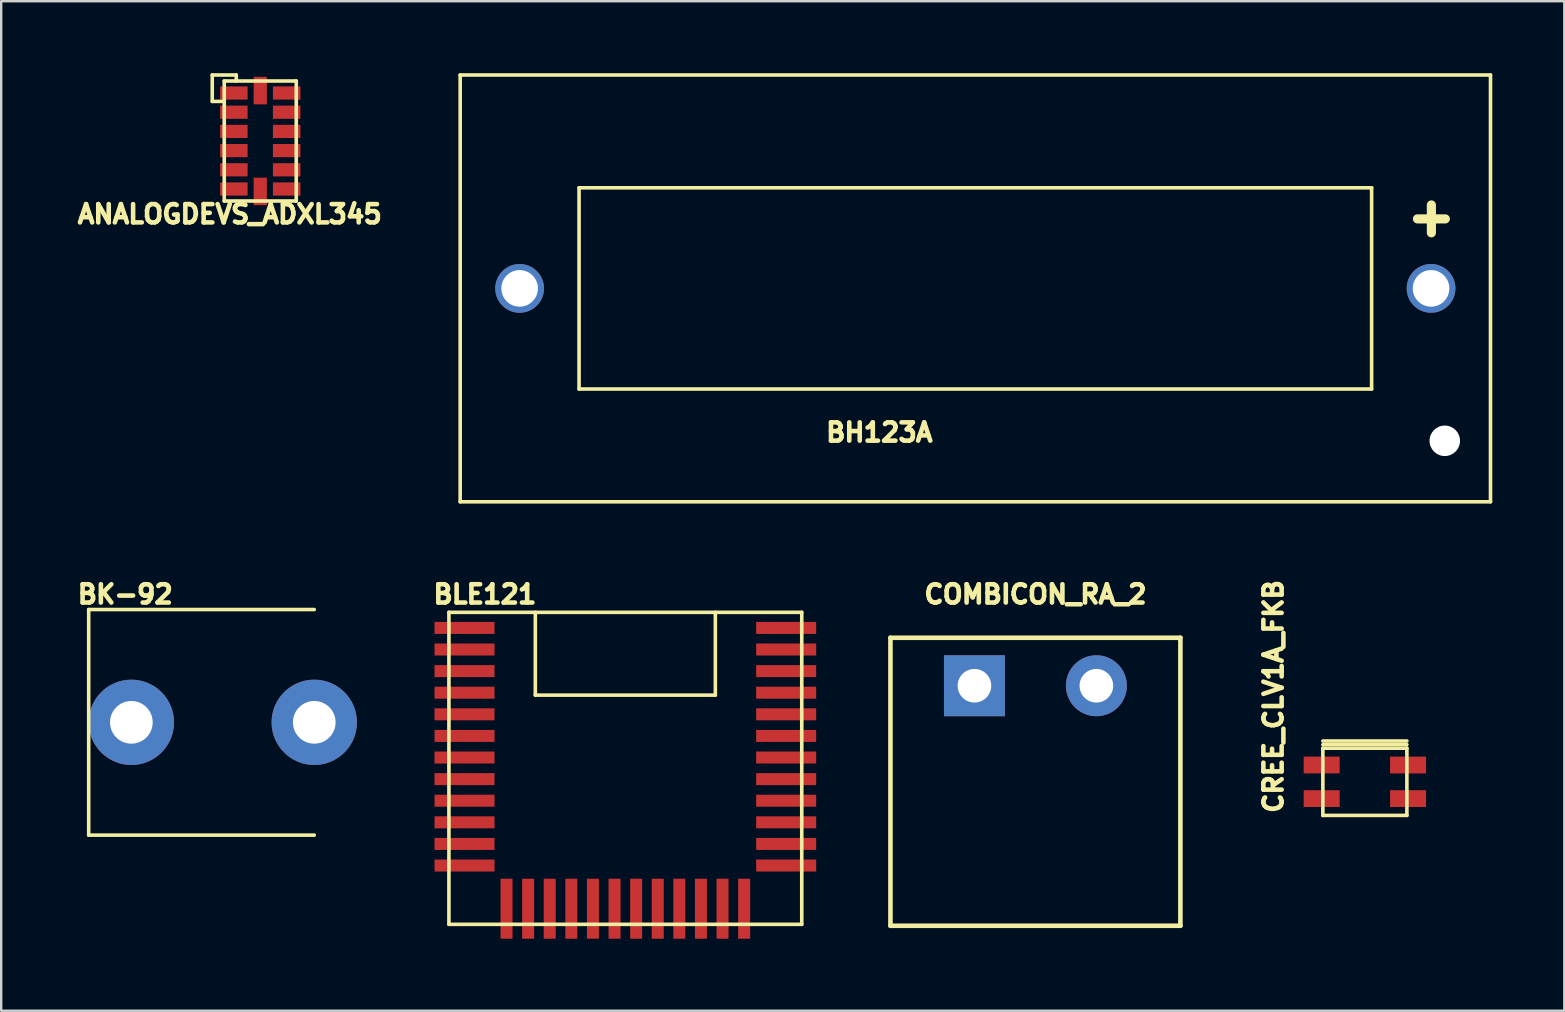
<source format=kicad_pcb>
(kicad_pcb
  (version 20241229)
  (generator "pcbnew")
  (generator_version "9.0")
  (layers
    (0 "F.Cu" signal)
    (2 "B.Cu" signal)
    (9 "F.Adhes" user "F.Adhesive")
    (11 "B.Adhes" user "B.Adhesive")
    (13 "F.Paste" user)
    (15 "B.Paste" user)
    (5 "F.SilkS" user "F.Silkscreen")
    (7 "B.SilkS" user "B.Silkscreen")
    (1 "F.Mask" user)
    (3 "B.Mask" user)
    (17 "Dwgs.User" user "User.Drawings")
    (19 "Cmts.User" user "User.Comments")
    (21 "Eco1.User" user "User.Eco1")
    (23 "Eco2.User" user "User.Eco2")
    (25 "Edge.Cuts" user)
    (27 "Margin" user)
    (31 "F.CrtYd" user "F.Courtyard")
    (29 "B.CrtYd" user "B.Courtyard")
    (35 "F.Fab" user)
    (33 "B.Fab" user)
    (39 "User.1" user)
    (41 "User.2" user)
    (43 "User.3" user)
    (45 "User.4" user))
  (footprint "BH123A"
    (layer "F.Cu")
    (at 37.585 8.965)
    (property "Reference" "BH123A" (at -4 6 0) (layer "F.SilkS") (effects (font (size 0.762 0.762) (thickness 0.191))))
    (attr through_hole)
    (fp_line (start -21.463 -8.89) (end -21.463 8.89) (stroke (width 0.15) (type solid)) (layer "F.SilkS"))
    (fp_line (start -16.51 -4.191) (end -16.51 4.191) (stroke (width 0.15) (type solid)) (layer "F.SilkS"))
    (fp_line (start 16.51 -4.191) (end -16.51 -4.191) (stroke (width 0.15) (type solid)) (layer "F.SilkS"))
    (fp_line (start 16.51 4.191) (end -16.51 4.191) (stroke (width 0.15) (type solid)) (layer "F.SilkS"))
    (fp_line (start 16.51 4.191) (end 16.51 -4.191) (stroke (width 0.15) (type solid)) (layer "F.SilkS"))
    (fp_line (start 21.463 -8.89) (end -21.463 -8.89) (stroke (width 0.15) (type solid)) (layer "F.SilkS"))
    (fp_line (start 21.463 8.89) (end -21.463 8.89) (stroke (width 0.15) (type solid)) (layer "F.SilkS"))
    (fp_line (start 21.463 8.89) (end 21.463 -8.89) (stroke (width 0.15) (type solid)) (layer "F.SilkS"))
    (fp_text user "+" (at 19 -3 0) (layer "F.SilkS") (effects (font (size 1.524 1.524) (thickness 0.381))))
    (pad "" np_thru_hole circle (at 19.558 6.35) (size 1.27 1.27) (drill 1.27) (layers "*.Cu" "*.Mask"))
    (pad "1" thru_hole circle (at -18.986 0) (size 2.032 2.032) (drill 1.524) (layers "*.Cu" "*.Mask"))
    (pad "2" thru_hole circle (at 18.986 0) (size 2.032 2.032) (drill 1.524) (layers "*.Cu" "*.Mask")))
  (footprint "COMBICON_RA_2"
    (layer "F.Cu")
    (at 40.088 25.52)
    (property "Reference" "COMBICON_RA_2" (at 0 -3.81 0) (layer "F.SilkS") (effects (font (size 0.762 0.762) (thickness 0.191))))
    (attr through_hole)
    (fp_line (start -6.04 -2) (end 6.04 -2) (stroke (width 0.191) (type solid)) (layer "F.SilkS"))
    (fp_line (start -6.04 10) (end -6.04 -2) (stroke (width 0.191) (type solid)) (layer "F.SilkS"))
    (fp_line (start 6.04 -2) (end 6.04 10) (stroke (width 0.191) (type solid)) (layer "F.SilkS"))
    (fp_line (start 6.04 10) (end -6.04 10) (stroke (width 0.191) (type solid)) (layer "F.SilkS"))
    (pad "1" thru_hole rect (at -2.54 0) (size 2.54 2.54) (drill 1.4) (layers "*.Cu" "*.Mask"))
    (pad "2" thru_hole circle (at 2.54 0) (size 2.54 2.54) (drill 1.4) (layers "*.Cu" "*.Mask")))
  (footprint "BK-92"
    (layer "F.Cu")
    (at 6.233 27.044)
    (property "Reference" "BK-92" (at -4.064 -5.334 0) (layer "F.SilkS") (effects (font (size 0.762 0.762) (thickness 0.191))))
    (attr through_hole)
    (fp_line (start -5.588 -4.699) (end -5.588 4.699) (stroke (width 0.15) (type solid)) (layer "F.SilkS"))
    (fp_line (start 3.81 -4.699) (end -5.588 -4.699) (stroke (width 0.15) (type solid)) (layer "F.SilkS"))
    (fp_line (start 3.81 4.699) (end -5.588 4.699) (stroke (width 0.15) (type solid)) (layer "F.SilkS"))
    (pad "1" thru_hole circle (at -3.81 0) (size 3.556 3.556) (drill 1.778) (layers "*.Cu" "*.Mask"))
    (pad "1" thru_hole circle (at 3.81 0) (size 3.556 3.556) (drill 1.778) (layers "*.Cu" "*.Mask")))
  (footprint "CREE_CLV1A_FKB"
    (layer "F.Cu")
    (at 53.814 29.522)
    (property "Reference" "CREE_CLV1A_FKB" (at -3.81 -3.556 90) (layer "F.SilkS") (effects (font (size 0.762 0.762) (thickness 0.191))))
    (attr through_hole)
    (fp_line (start -1.75 -1.7) (end 1.75 -1.7) (stroke (width 0.15) (type solid)) (layer "F.SilkS"))
    (fp_line (start -1.75 -1.55) (end 1.75 -1.55) (stroke (width 0.15) (type solid)) (layer "F.SilkS"))
    (fp_line (start -1.75 -1.4) (end -1.75 1.4) (stroke (width 0.15) (type solid)) (layer "F.SilkS"))
    (fp_line (start -1.75 1.4) (end 1.75 1.4) (stroke (width 0.15) (type solid)) (layer "F.SilkS"))
    (fp_line (start 1.75 -1.4) (end -1.75 -1.4) (stroke (width 0.15) (type solid)) (layer "F.SilkS"))
    (fp_line (start 1.75 1.4) (end 1.75 -1.4) (stroke (width 0.15) (type solid)) (layer "F.SilkS"))
    (pad "1" smd rect (at -1.8 -0.7) (size 1.5 0.7) (layers "F.Cu" "F.Mask"))
    (pad "2" smd rect (at -1.8 0.7) (size 1.5 0.7) (layers "F.Cu" "F.Mask"))
    (pad "3" smd rect (at 1.8 0.7) (size 1.5 0.7) (layers "F.Cu" "F.Mask"))
    (pad "4" smd rect (at 1.8 -0.7) (size 1.5 0.7) (layers "F.Cu" "F.Mask")))
  (footprint "BLE121"
    (layer "F.Cu")
    (at 23.003 28.96)
    (property "Reference" "BLE121" (at -5.85 -7.25 0) (layer "F.SilkS") (effects (font (size 0.762 0.762) (thickness 0.191))))
    (attr through_hole)
    (fp_line (start -7.35 -6.5) (end -7.35 6.5) (stroke (width 0.15) (type solid)) (layer "F.SilkS"))
    (fp_line (start -7.35 -6.5) (end 7.35 -6.5) (stroke (width 0.15) (type solid)) (layer "F.SilkS"))
    (fp_line (start -7.35 6.5) (end 7.35 6.5) (stroke (width 0.15) (type solid)) (layer "F.SilkS"))
    (fp_line (start -3.75 -6.5) (end -3.75 -3.05) (stroke (width 0.15) (type solid)) (layer "F.SilkS"))
    (fp_line (start -3.75 -3.05) (end 3.75 -3.05) (stroke (width 0.15) (type solid)) (layer "F.SilkS"))
    (fp_line (start 3.75 -6.5) (end 3.75 -3.05) (stroke (width 0.15) (type solid)) (layer "F.SilkS"))
    (fp_line (start 7.35 -6.5) (end 7.35 6.5) (stroke (width 0.15) (type solid)) (layer "F.SilkS"))
    (pad "1" smd rect (at -6.7 -5.85) (size 2.5 0.5) (layers "F.Cu" "F.Mask" "F.Paste"))
    (pad "2" smd rect (at -6.7 -4.95) (size 2.5 0.5) (layers "F.Cu" "F.Mask" "F.Paste"))
    (pad "3" smd rect (at -6.7 -4.05) (size 2.5 0.5) (layers "F.Cu" "F.Mask" "F.Paste"))
    (pad "4" smd rect (at -6.7 -3.15) (size 2.5 0.5) (layers "F.Cu" "F.Mask" "F.Paste"))
    (pad "5" smd rect (at -6.7 -2.25) (size 2.5 0.5) (layers "F.Cu" "F.Mask" "F.Paste"))
    (pad "6" smd rect (at -6.7 -1.35) (size 2.5 0.5) (layers "F.Cu" "F.Mask" "F.Paste"))
    (pad "7" smd rect (at -6.7 -0.45) (size 2.5 0.5) (layers "F.Cu" "F.Mask" "F.Paste"))
    (pad "8" smd rect (at -6.7 0.45) (size 2.5 0.5) (layers "F.Cu" "F.Mask" "F.Paste"))
    (pad "9" smd rect (at -6.7 1.35) (size 2.5 0.5) (layers "F.Cu" "F.Mask" "F.Paste"))
    (pad "10" smd rect (at -6.7 2.25) (size 2.5 0.5) (layers "F.Cu" "F.Mask" "F.Paste"))
    (pad "11" smd rect (at -6.7 3.15) (size 2.5 0.5) (layers "F.Cu" "F.Mask" "F.Paste"))
    (pad "12" smd rect (at -6.7 4.05) (size 2.5 0.5) (layers "F.Cu" "F.Mask" "F.Paste"))
    (pad "13" smd rect (at -4.95 5.85) (size 0.5 2.5) (layers "F.Cu" "F.Mask" "F.Paste"))
    (pad "14" smd rect (at -4.05 5.85) (size 0.5 2.5) (layers "F.Cu" "F.Mask" "F.Paste"))
    (pad "15" smd rect (at -3.15 5.85) (size 0.5 2.5) (layers "F.Cu" "F.Mask" "F.Paste"))
    (pad "16" smd rect (at -2.25 5.85) (size 0.5 2.5) (layers "F.Cu" "F.Mask" "F.Paste"))
    (pad "17" smd rect (at -1.35 5.85) (size 0.5 2.5) (layers "F.Cu" "F.Mask" "F.Paste"))
    (pad "18" smd rect (at -0.45 5.85) (size 0.5 2.5) (layers "F.Cu" "F.Mask" "F.Paste"))
    (pad "19" smd rect (at 0.45 5.85) (size 0.5 2.5) (layers "F.Cu" "F.Mask" "F.Paste"))
    (pad "20" smd rect (at 1.35 5.85) (size 0.5 2.5) (layers "F.Cu" "F.Mask" "F.Paste"))
    (pad "21" smd rect (at 2.25 5.85) (size 0.5 2.5) (layers "F.Cu" "F.Mask" "F.Paste"))
    (pad "22" smd rect (at 3.15 5.85) (size 0.5 2.5) (layers "F.Cu" "F.Mask" "F.Paste"))
    (pad "23" smd rect (at 4.05 5.85) (size 0.5 2.5) (layers "F.Cu" "F.Mask" "F.Paste"))
    (pad "24" smd rect (at 4.95 5.85) (size 0.5 2.5) (layers "F.Cu" "F.Mask" "F.Paste"))
    (pad "25" smd rect (at 6.7 4.05) (size 2.5 0.5) (layers "F.Cu" "F.Mask" "F.Paste"))
    (pad "26" smd rect (at 6.7 3.15) (size 2.5 0.5) (layers "F.Cu" "F.Mask" "F.Paste"))
    (pad "27" smd rect (at 6.7 2.25) (size 2.5 0.5) (layers "F.Cu" "F.Mask" "F.Paste"))
    (pad "28" smd rect (at 6.7 1.35) (size 2.5 0.5) (layers "F.Cu" "F.Mask" "F.Paste"))
    (pad "29" smd rect (at 6.7 0.45) (size 2.5 0.5) (layers "F.Cu" "F.Mask" "F.Paste"))
    (pad "30" smd rect (at 6.7 -0.45) (size 2.5 0.5) (layers "F.Cu" "F.Mask" "F.Paste"))
    (pad "31" smd rect (at 6.7 -1.35) (size 2.5 0.5) (layers "F.Cu" "F.Mask" "F.Paste"))
    (pad "32" smd rect (at 6.7 -2.25) (size 2.5 0.5) (layers "F.Cu" "F.Mask" "F.Paste"))
    (pad "33" smd rect (at 6.7 -3.15) (size 2.5 0.5) (layers "F.Cu" "F.Mask" "F.Paste"))
    (pad "34" smd rect (at 6.7 -4.05) (size 2.5 0.5) (layers "F.Cu" "F.Mask" "F.Paste"))
    (pad "35" smd rect (at 6.7 -4.95) (size 2.5 0.5) (layers "F.Cu" "F.Mask" "F.Paste"))
    (pad "36" smd rect (at 6.7 -5.85) (size 2.5 0.5) (layers "F.Cu" "F.Mask" "F.Paste")))
  (footprint "ANALOGDEVS_ADXL345"
    (layer "F.Cu")
    (at 7.793 2.825)
    (property "Reference" "ANALOGDEVS_ADXL345" (at -1.27 3.048 0) (layer "F.SilkS") (effects (font (size 0.762 0.762) (thickness 0.191))))
    (attr through_hole)
    (fp_line (start -2 -2.75) (end -2 -1.65) (stroke (width 0.15) (type solid)) (layer "F.SilkS"))
    (fp_line (start -2 -1.65) (end -1.55 -1.65) (stroke (width 0.15) (type solid)) (layer "F.SilkS"))
    (fp_line (start -1.5 -2.5) (end -1.5 2.5) (stroke (width 0.15) (type solid)) (layer "F.SilkS"))
    (fp_line (start -1.5 2.5) (end 1.5 2.5) (stroke (width 0.15) (type solid)) (layer "F.SilkS"))
    (fp_line (start -1 -2.75) (end -2 -2.75) (stroke (width 0.15) (type solid)) (layer "F.SilkS"))
    (fp_line (start -1 -2.5) (end -1 -2.75) (stroke (width 0.15) (type solid)) (layer "F.SilkS"))
    (fp_line (start 1.5 -2.5) (end -1.5 -2.5) (stroke (width 0.15) (type solid)) (layer "F.SilkS"))
    (fp_line (start 1.5 2.5) (end 1.5 -2.5) (stroke (width 0.15) (type solid)) (layer "F.SilkS"))
    (pad "1" smd rect (at -1.1 -2) (size 1.145 0.55) (layers "F.Cu" "F.Mask"))
    (pad "2" smd rect (at -1.1 -1.2) (size 1.145 0.55) (layers "F.Cu" "F.Mask"))
    (pad "3" smd rect (at -1.1 -0.4) (size 1.145 0.55) (layers "F.Cu" "F.Mask"))
    (pad "4" smd rect (at -1.1 0.4) (size 1.145 0.55) (layers "F.Cu" "F.Mask"))
    (pad "5" smd rect (at -1.1 1.2) (size 1.145 0.55) (layers "F.Cu" "F.Mask"))
    (pad "6" smd rect (at -1.1 2) (size 1.145 0.55) (layers "F.Cu" "F.Mask"))
    (pad "7" smd rect (at 0 2.1) (size 0.55 1.145) (layers "F.Cu" "F.Mask"))
    (pad "8" smd rect (at 1.1 2) (size 1.145 0.55) (layers "F.Cu" "F.Mask"))
    (pad "9" smd rect (at 1.1 1.2) (size 1.145 0.55) (layers "F.Cu" "F.Mask"))
    (pad "10" smd rect (at 1.1 0.4) (size 1.145 0.55) (layers "F.Cu" "F.Mask"))
    (pad "11" smd rect (at 1.1 -0.4) (size 1.145 0.55) (layers "F.Cu" "F.Mask"))
    (pad "12" smd rect (at 1.1 -1.2) (size 1.145 0.55) (layers "F.Cu" "F.Mask"))
    (pad "13" smd rect (at 1.1 -2) (size 1.145 0.55) (layers "F.Cu" "F.Mask"))
    (pad "14" smd rect (at 0 -2.1) (size 0.55 1.145) (layers "F.Cu" "F.Mask")))
  (gr_rect
    (start -3 -3)
    (end 62.123 39.06)
    (stroke (width 0.1) (type default))
    (fill no)
    (layer "Edge.Cuts")))
</source>
